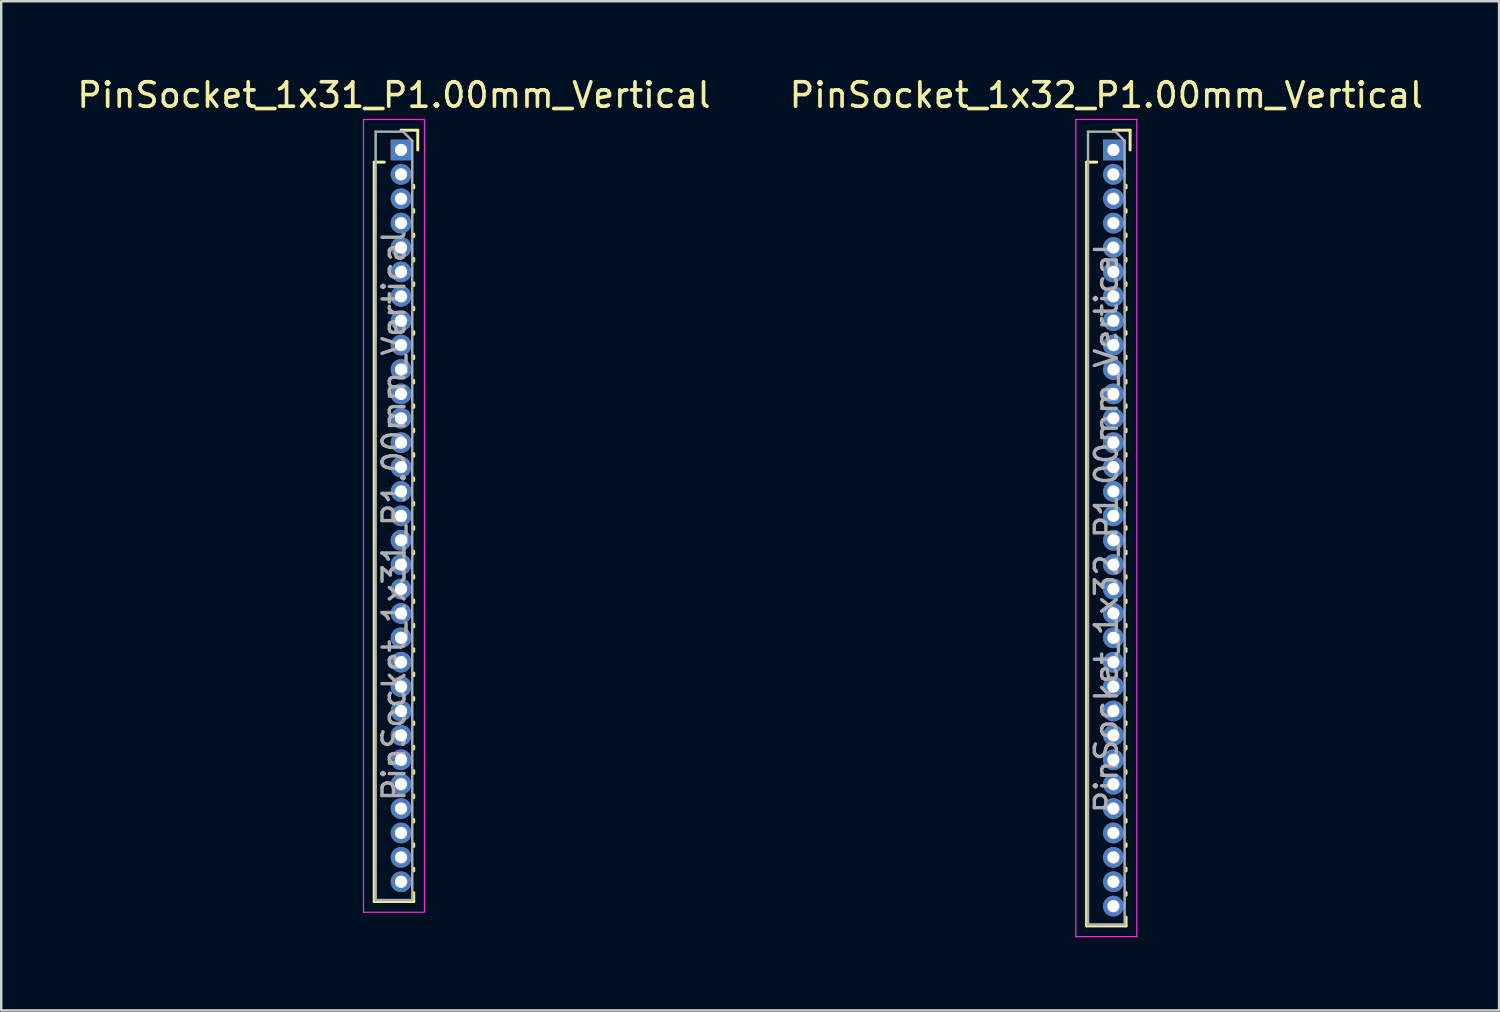
<source format=kicad_pcb>
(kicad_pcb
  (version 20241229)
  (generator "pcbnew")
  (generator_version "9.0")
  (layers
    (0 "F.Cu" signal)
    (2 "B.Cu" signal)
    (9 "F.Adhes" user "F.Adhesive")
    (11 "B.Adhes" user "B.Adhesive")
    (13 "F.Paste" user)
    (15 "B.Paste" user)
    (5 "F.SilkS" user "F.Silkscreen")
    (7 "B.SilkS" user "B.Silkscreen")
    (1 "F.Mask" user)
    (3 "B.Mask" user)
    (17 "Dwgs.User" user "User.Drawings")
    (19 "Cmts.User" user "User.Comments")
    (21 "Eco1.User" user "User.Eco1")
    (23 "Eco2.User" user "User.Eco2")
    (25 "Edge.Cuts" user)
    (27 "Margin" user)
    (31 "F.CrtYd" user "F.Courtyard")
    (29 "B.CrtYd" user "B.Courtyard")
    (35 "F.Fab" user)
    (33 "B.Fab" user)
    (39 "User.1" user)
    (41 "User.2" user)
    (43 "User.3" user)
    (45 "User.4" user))
  (footprint "PinSocket_1x32_P1.00mm_Vertical"
    (layer "F.Cu")
    (at 42.594 3.098)
    (property "Reference" "PinSocket_1x32_P1.00mm_Vertical" (at -0.29 -2.25 0) (layer "F.SilkS") (effects (font (size 1 1) (thickness 0.15))))
    (attr through_hole)
    (fp_line (start -1.1 0.5) (end -1.1 31.81) (stroke (width 0.12) (type solid)) (layer "F.SilkS"))
    (fp_line (start -1.1 0.5) (end -0.685 0.5) (stroke (width 0.12) (type solid)) (layer "F.SilkS"))
    (fp_line (start -1.1 31.81) (end 0.52 31.81) (stroke (width 0.12) (type solid)) (layer "F.SilkS"))
    (fp_line (start 0 -0.81) (end 0.685 -0.81) (stroke (width 0.12) (type solid)) (layer "F.SilkS"))
    (fp_line (start 0.52 1.446) (end 0.52 1.554) (stroke (width 0.12) (type solid)) (layer "F.SilkS"))
    (fp_line (start 0.52 2.446) (end 0.52 2.554) (stroke (width 0.12) (type solid)) (layer "F.SilkS"))
    (fp_line (start 0.52 3.446) (end 0.52 3.554) (stroke (width 0.12) (type solid)) (layer "F.SilkS"))
    (fp_line (start 0.52 4.446) (end 0.52 4.554) (stroke (width 0.12) (type solid)) (layer "F.SilkS"))
    (fp_line (start 0.52 5.446) (end 0.52 5.554) (stroke (width 0.12) (type solid)) (layer "F.SilkS"))
    (fp_line (start 0.52 6.446) (end 0.52 6.554) (stroke (width 0.12) (type solid)) (layer "F.SilkS"))
    (fp_line (start 0.52 7.446) (end 0.52 7.554) (stroke (width 0.12) (type solid)) (layer "F.SilkS"))
    (fp_line (start 0.52 8.446) (end 0.52 8.554) (stroke (width 0.12) (type solid)) (layer "F.SilkS"))
    (fp_line (start 0.52 9.446) (end 0.52 9.554) (stroke (width 0.12) (type solid)) (layer "F.SilkS"))
    (fp_line (start 0.52 10.446) (end 0.52 10.554) (stroke (width 0.12) (type solid)) (layer "F.SilkS"))
    (fp_line (start 0.52 11.446) (end 0.52 11.554) (stroke (width 0.12) (type solid)) (layer "F.SilkS"))
    (fp_line (start 0.52 12.446) (end 0.52 12.554) (stroke (width 0.12) (type solid)) (layer "F.SilkS"))
    (fp_line (start 0.52 13.446) (end 0.52 13.554) (stroke (width 0.12) (type solid)) (layer "F.SilkS"))
    (fp_line (start 0.52 14.446) (end 0.52 14.554) (stroke (width 0.12) (type solid)) (layer "F.SilkS"))
    (fp_line (start 0.52 15.446) (end 0.52 15.554) (stroke (width 0.12) (type solid)) (layer "F.SilkS"))
    (fp_line (start 0.52 16.446) (end 0.52 16.554) (stroke (width 0.12) (type solid)) (layer "F.SilkS"))
    (fp_line (start 0.52 17.446) (end 0.52 17.554) (stroke (width 0.12) (type solid)) (layer "F.SilkS"))
    (fp_line (start 0.52 18.446) (end 0.52 18.554) (stroke (width 0.12) (type solid)) (layer "F.SilkS"))
    (fp_line (start 0.52 19.446) (end 0.52 19.554) (stroke (width 0.12) (type solid)) (layer "F.SilkS"))
    (fp_line (start 0.52 20.446) (end 0.52 20.554) (stroke (width 0.12) (type solid)) (layer "F.SilkS"))
    (fp_line (start 0.52 21.446) (end 0.52 21.554) (stroke (width 0.12) (type solid)) (layer "F.SilkS"))
    (fp_line (start 0.52 22.446) (end 0.52 22.554) (stroke (width 0.12) (type solid)) (layer "F.SilkS"))
    (fp_line (start 0.52 23.446) (end 0.52 23.554) (stroke (width 0.12) (type solid)) (layer "F.SilkS"))
    (fp_line (start 0.52 24.446) (end 0.52 24.554) (stroke (width 0.12) (type solid)) (layer "F.SilkS"))
    (fp_line (start 0.52 25.446) (end 0.52 25.554) (stroke (width 0.12) (type solid)) (layer "F.SilkS"))
    (fp_line (start 0.52 26.446) (end 0.52 26.554) (stroke (width 0.12) (type solid)) (layer "F.SilkS"))
    (fp_line (start 0.52 27.446) (end 0.52 27.554) (stroke (width 0.12) (type solid)) (layer "F.SilkS"))
    (fp_line (start 0.52 28.446) (end 0.52 28.554) (stroke (width 0.12) (type solid)) (layer "F.SilkS"))
    (fp_line (start 0.52 29.446) (end 0.52 29.554) (stroke (width 0.12) (type solid)) (layer "F.SilkS"))
    (fp_line (start 0.52 30.446) (end 0.52 30.554) (stroke (width 0.12) (type solid)) (layer "F.SilkS"))
    (fp_line (start 0.52 31.446) (end 0.52 31.81) (stroke (width 0.12) (type solid)) (layer "F.SilkS"))
    (fp_line (start 0.685 -0.81) (end 0.685 0) (stroke (width 0.12) (type solid)) (layer "F.SilkS"))
    (fp_line (start -1.54 -1.25) (end 0.96 -1.25) (stroke (width 0.05) (type solid)) (layer "F.CrtYd"))
    (fp_line (start -1.54 32.25) (end -1.54 -1.25) (stroke (width 0.05) (type solid)) (layer "F.CrtYd"))
    (fp_line (start 0.96 -1.25) (end 0.96 32.25) (stroke (width 0.05) (type solid)) (layer "F.CrtYd"))
    (fp_line (start 0.96 32.25) (end -1.54 32.25) (stroke (width 0.05) (type solid)) (layer "F.CrtYd"))
    (fp_line (start -1.04 -0.75) (end 0.085 -0.75) (stroke (width 0.1) (type solid)) (layer "F.Fab"))
    (fp_line (start -1.04 31.75) (end -1.04 -0.75) (stroke (width 0.1) (type solid)) (layer "F.Fab"))
    (fp_line (start 0.085 -0.75) (end 0.46 -0.375) (stroke (width 0.1) (type solid)) (layer "F.Fab"))
    (fp_line (start 0.46 -0.375) (end 0.46 31.75) (stroke (width 0.1) (type solid)) (layer "F.Fab"))
    (fp_line (start 0.46 31.75) (end -1.04 31.75) (stroke (width 0.1) (type solid)) (layer "F.Fab"))
    (fp_text user "${REFERENCE}" (at -0.29 15.5 90) (layer "F.Fab") (effects (font (size 0.9 0.9) (thickness 0.14))))
    (pad "1" thru_hole rect (at 0 0) (size 0.85 0.85) (drill 0.5) (layers "*.Cu" "*.Mask"))
    (pad "2" thru_hole oval (at 0 1) (size 0.85 0.85) (drill 0.5) (layers "*.Cu" "*.Mask"))
    (pad "3" thru_hole oval (at 0 2) (size 0.85 0.85) (drill 0.5) (layers "*.Cu" "*.Mask"))
    (pad "4" thru_hole oval (at 0 3) (size 0.85 0.85) (drill 0.5) (layers "*.Cu" "*.Mask"))
    (pad "5" thru_hole oval (at 0 4) (size 0.85 0.85) (drill 0.5) (layers "*.Cu" "*.Mask"))
    (pad "6" thru_hole oval (at 0 5) (size 0.85 0.85) (drill 0.5) (layers "*.Cu" "*.Mask"))
    (pad "7" thru_hole oval (at 0 6) (size 0.85 0.85) (drill 0.5) (layers "*.Cu" "*.Mask"))
    (pad "8" thru_hole oval (at 0 7) (size 0.85 0.85) (drill 0.5) (layers "*.Cu" "*.Mask"))
    (pad "9" thru_hole oval (at 0 8) (size 0.85 0.85) (drill 0.5) (layers "*.Cu" "*.Mask"))
    (pad "10" thru_hole oval (at 0 9) (size 0.85 0.85) (drill 0.5) (layers "*.Cu" "*.Mask"))
    (pad "11" thru_hole oval (at 0 10) (size 0.85 0.85) (drill 0.5) (layers "*.Cu" "*.Mask"))
    (pad "12" thru_hole oval (at 0 11) (size 0.85 0.85) (drill 0.5) (layers "*.Cu" "*.Mask"))
    (pad "13" thru_hole oval (at 0 12) (size 0.85 0.85) (drill 0.5) (layers "*.Cu" "*.Mask"))
    (pad "14" thru_hole oval (at 0 13) (size 0.85 0.85) (drill 0.5) (layers "*.Cu" "*.Mask"))
    (pad "15" thru_hole oval (at 0 14) (size 0.85 0.85) (drill 0.5) (layers "*.Cu" "*.Mask"))
    (pad "16" thru_hole oval (at 0 15) (size 0.85 0.85) (drill 0.5) (layers "*.Cu" "*.Mask"))
    (pad "17" thru_hole oval (at 0 16) (size 0.85 0.85) (drill 0.5) (layers "*.Cu" "*.Mask"))
    (pad "18" thru_hole oval (at 0 17) (size 0.85 0.85) (drill 0.5) (layers "*.Cu" "*.Mask"))
    (pad "19" thru_hole oval (at 0 18) (size 0.85 0.85) (drill 0.5) (layers "*.Cu" "*.Mask"))
    (pad "20" thru_hole oval (at 0 19) (size 0.85 0.85) (drill 0.5) (layers "*.Cu" "*.Mask"))
    (pad "21" thru_hole oval (at 0 20) (size 0.85 0.85) (drill 0.5) (layers "*.Cu" "*.Mask"))
    (pad "22" thru_hole oval (at 0 21) (size 0.85 0.85) (drill 0.5) (layers "*.Cu" "*.Mask"))
    (pad "23" thru_hole oval (at 0 22) (size 0.85 0.85) (drill 0.5) (layers "*.Cu" "*.Mask"))
    (pad "24" thru_hole oval (at 0 23) (size 0.85 0.85) (drill 0.5) (layers "*.Cu" "*.Mask"))
    (pad "25" thru_hole oval (at 0 24) (size 0.85 0.85) (drill 0.5) (layers "*.Cu" "*.Mask"))
    (pad "26" thru_hole oval (at 0 25) (size 0.85 0.85) (drill 0.5) (layers "*.Cu" "*.Mask"))
    (pad "27" thru_hole oval (at 0 26) (size 0.85 0.85) (drill 0.5) (layers "*.Cu" "*.Mask"))
    (pad "28" thru_hole oval (at 0 27) (size 0.85 0.85) (drill 0.5) (layers "*.Cu" "*.Mask"))
    (pad "29" thru_hole oval (at 0 28) (size 0.85 0.85) (drill 0.5) (layers "*.Cu" "*.Mask"))
    (pad "30" thru_hole oval (at 0 29) (size 0.85 0.85) (drill 0.5) (layers "*.Cu" "*.Mask"))
    (pad "31" thru_hole oval (at 0 30) (size 0.85 0.85) (drill 0.5) (layers "*.Cu" "*.Mask"))
    (pad "32" thru_hole oval (at 0 31) (size 0.85 0.85) (drill 0.5) (layers "*.Cu" "*.Mask")))
  (footprint "PinSocket_1x31_P1.00mm_Vertical"
    (layer "F.Cu")
    (at 13.391 3.098)
    (property "Reference" "PinSocket_1x31_P1.00mm_Vertical" (at -0.29 -2.25 0) (layer "F.SilkS") (effects (font (size 1 1) (thickness 0.15))))
    (attr through_hole)
    (fp_line (start -1.1 0.5) (end -1.1 30.81) (stroke (width 0.12) (type solid)) (layer "F.SilkS"))
    (fp_line (start -1.1 0.5) (end -0.685 0.5) (stroke (width 0.12) (type solid)) (layer "F.SilkS"))
    (fp_line (start -1.1 30.81) (end 0.52 30.81) (stroke (width 0.12) (type solid)) (layer "F.SilkS"))
    (fp_line (start 0 -0.81) (end 0.685 -0.81) (stroke (width 0.12) (type solid)) (layer "F.SilkS"))
    (fp_line (start 0.52 1.446) (end 0.52 1.554) (stroke (width 0.12) (type solid)) (layer "F.SilkS"))
    (fp_line (start 0.52 2.446) (end 0.52 2.554) (stroke (width 0.12) (type solid)) (layer "F.SilkS"))
    (fp_line (start 0.52 3.446) (end 0.52 3.554) (stroke (width 0.12) (type solid)) (layer "F.SilkS"))
    (fp_line (start 0.52 4.446) (end 0.52 4.554) (stroke (width 0.12) (type solid)) (layer "F.SilkS"))
    (fp_line (start 0.52 5.446) (end 0.52 5.554) (stroke (width 0.12) (type solid)) (layer "F.SilkS"))
    (fp_line (start 0.52 6.446) (end 0.52 6.554) (stroke (width 0.12) (type solid)) (layer "F.SilkS"))
    (fp_line (start 0.52 7.446) (end 0.52 7.554) (stroke (width 0.12) (type solid)) (layer "F.SilkS"))
    (fp_line (start 0.52 8.446) (end 0.52 8.554) (stroke (width 0.12) (type solid)) (layer "F.SilkS"))
    (fp_line (start 0.52 9.446) (end 0.52 9.554) (stroke (width 0.12) (type solid)) (layer "F.SilkS"))
    (fp_line (start 0.52 10.446) (end 0.52 10.554) (stroke (width 0.12) (type solid)) (layer "F.SilkS"))
    (fp_line (start 0.52 11.446) (end 0.52 11.554) (stroke (width 0.12) (type solid)) (layer "F.SilkS"))
    (fp_line (start 0.52 12.446) (end 0.52 12.554) (stroke (width 0.12) (type solid)) (layer "F.SilkS"))
    (fp_line (start 0.52 13.446) (end 0.52 13.554) (stroke (width 0.12) (type solid)) (layer "F.SilkS"))
    (fp_line (start 0.52 14.446) (end 0.52 14.554) (stroke (width 0.12) (type solid)) (layer "F.SilkS"))
    (fp_line (start 0.52 15.446) (end 0.52 15.554) (stroke (width 0.12) (type solid)) (layer "F.SilkS"))
    (fp_line (start 0.52 16.446) (end 0.52 16.554) (stroke (width 0.12) (type solid)) (layer "F.SilkS"))
    (fp_line (start 0.52 17.446) (end 0.52 17.554) (stroke (width 0.12) (type solid)) (layer "F.SilkS"))
    (fp_line (start 0.52 18.446) (end 0.52 18.554) (stroke (width 0.12) (type solid)) (layer "F.SilkS"))
    (fp_line (start 0.52 19.446) (end 0.52 19.554) (stroke (width 0.12) (type solid)) (layer "F.SilkS"))
    (fp_line (start 0.52 20.446) (end 0.52 20.554) (stroke (width 0.12) (type solid)) (layer "F.SilkS"))
    (fp_line (start 0.52 21.446) (end 0.52 21.554) (stroke (width 0.12) (type solid)) (layer "F.SilkS"))
    (fp_line (start 0.52 22.446) (end 0.52 22.554) (stroke (width 0.12) (type solid)) (layer "F.SilkS"))
    (fp_line (start 0.52 23.446) (end 0.52 23.554) (stroke (width 0.12) (type solid)) (layer "F.SilkS"))
    (fp_line (start 0.52 24.446) (end 0.52 24.554) (stroke (width 0.12) (type solid)) (layer "F.SilkS"))
    (fp_line (start 0.52 25.446) (end 0.52 25.554) (stroke (width 0.12) (type solid)) (layer "F.SilkS"))
    (fp_line (start 0.52 26.446) (end 0.52 26.554) (stroke (width 0.12) (type solid)) (layer "F.SilkS"))
    (fp_line (start 0.52 27.446) (end 0.52 27.554) (stroke (width 0.12) (type solid)) (layer "F.SilkS"))
    (fp_line (start 0.52 28.446) (end 0.52 28.554) (stroke (width 0.12) (type solid)) (layer "F.SilkS"))
    (fp_line (start 0.52 29.446) (end 0.52 29.554) (stroke (width 0.12) (type solid)) (layer "F.SilkS"))
    (fp_line (start 0.52 30.446) (end 0.52 30.81) (stroke (width 0.12) (type solid)) (layer "F.SilkS"))
    (fp_line (start 0.685 -0.81) (end 0.685 0) (stroke (width 0.12) (type solid)) (layer "F.SilkS"))
    (fp_line (start -1.54 -1.25) (end 0.96 -1.25) (stroke (width 0.05) (type solid)) (layer "F.CrtYd"))
    (fp_line (start -1.54 31.25) (end -1.54 -1.25) (stroke (width 0.05) (type solid)) (layer "F.CrtYd"))
    (fp_line (start 0.96 -1.25) (end 0.96 31.25) (stroke (width 0.05) (type solid)) (layer "F.CrtYd"))
    (fp_line (start 0.96 31.25) (end -1.54 31.25) (stroke (width 0.05) (type solid)) (layer "F.CrtYd"))
    (fp_line (start -1.04 -0.75) (end 0.085 -0.75) (stroke (width 0.1) (type solid)) (layer "F.Fab"))
    (fp_line (start -1.04 30.75) (end -1.04 -0.75) (stroke (width 0.1) (type solid)) (layer "F.Fab"))
    (fp_line (start 0.085 -0.75) (end 0.46 -0.375) (stroke (width 0.1) (type solid)) (layer "F.Fab"))
    (fp_line (start 0.46 -0.375) (end 0.46 30.75) (stroke (width 0.1) (type solid)) (layer "F.Fab"))
    (fp_line (start 0.46 30.75) (end -1.04 30.75) (stroke (width 0.1) (type solid)) (layer "F.Fab"))
    (fp_text user "${REFERENCE}" (at -0.29 15 90) (layer "F.Fab") (effects (font (size 0.9 0.9) (thickness 0.14))))
    (pad "1" thru_hole rect (at 0 0) (size 0.85 0.85) (drill 0.5) (layers "*.Cu" "*.Mask"))
    (pad "2" thru_hole oval (at 0 1) (size 0.85 0.85) (drill 0.5) (layers "*.Cu" "*.Mask"))
    (pad "3" thru_hole oval (at 0 2) (size 0.85 0.85) (drill 0.5) (layers "*.Cu" "*.Mask"))
    (pad "4" thru_hole oval (at 0 3) (size 0.85 0.85) (drill 0.5) (layers "*.Cu" "*.Mask"))
    (pad "5" thru_hole oval (at 0 4) (size 0.85 0.85) (drill 0.5) (layers "*.Cu" "*.Mask"))
    (pad "6" thru_hole oval (at 0 5) (size 0.85 0.85) (drill 0.5) (layers "*.Cu" "*.Mask"))
    (pad "7" thru_hole oval (at 0 6) (size 0.85 0.85) (drill 0.5) (layers "*.Cu" "*.Mask"))
    (pad "8" thru_hole oval (at 0 7) (size 0.85 0.85) (drill 0.5) (layers "*.Cu" "*.Mask"))
    (pad "9" thru_hole oval (at 0 8) (size 0.85 0.85) (drill 0.5) (layers "*.Cu" "*.Mask"))
    (pad "10" thru_hole oval (at 0 9) (size 0.85 0.85) (drill 0.5) (layers "*.Cu" "*.Mask"))
    (pad "11" thru_hole oval (at 0 10) (size 0.85 0.85) (drill 0.5) (layers "*.Cu" "*.Mask"))
    (pad "12" thru_hole oval (at 0 11) (size 0.85 0.85) (drill 0.5) (layers "*.Cu" "*.Mask"))
    (pad "13" thru_hole oval (at 0 12) (size 0.85 0.85) (drill 0.5) (layers "*.Cu" "*.Mask"))
    (pad "14" thru_hole oval (at 0 13) (size 0.85 0.85) (drill 0.5) (layers "*.Cu" "*.Mask"))
    (pad "15" thru_hole oval (at 0 14) (size 0.85 0.85) (drill 0.5) (layers "*.Cu" "*.Mask"))
    (pad "16" thru_hole oval (at 0 15) (size 0.85 0.85) (drill 0.5) (layers "*.Cu" "*.Mask"))
    (pad "17" thru_hole oval (at 0 16) (size 0.85 0.85) (drill 0.5) (layers "*.Cu" "*.Mask"))
    (pad "18" thru_hole oval (at 0 17) (size 0.85 0.85) (drill 0.5) (layers "*.Cu" "*.Mask"))
    (pad "19" thru_hole oval (at 0 18) (size 0.85 0.85) (drill 0.5) (layers "*.Cu" "*.Mask"))
    (pad "20" thru_hole oval (at 0 19) (size 0.85 0.85) (drill 0.5) (layers "*.Cu" "*.Mask"))
    (pad "21" thru_hole oval (at 0 20) (size 0.85 0.85) (drill 0.5) (layers "*.Cu" "*.Mask"))
    (pad "22" thru_hole oval (at 0 21) (size 0.85 0.85) (drill 0.5) (layers "*.Cu" "*.Mask"))
    (pad "23" thru_hole oval (at 0 22) (size 0.85 0.85) (drill 0.5) (layers "*.Cu" "*.Mask"))
    (pad "24" thru_hole oval (at 0 23) (size 0.85 0.85) (drill 0.5) (layers "*.Cu" "*.Mask"))
    (pad "25" thru_hole oval (at 0 24) (size 0.85 0.85) (drill 0.5) (layers "*.Cu" "*.Mask"))
    (pad "26" thru_hole oval (at 0 25) (size 0.85 0.85) (drill 0.5) (layers "*.Cu" "*.Mask"))
    (pad "27" thru_hole oval (at 0 26) (size 0.85 0.85) (drill 0.5) (layers "*.Cu" "*.Mask"))
    (pad "28" thru_hole oval (at 0 27) (size 0.85 0.85) (drill 0.5) (layers "*.Cu" "*.Mask"))
    (pad "29" thru_hole oval (at 0 28) (size 0.85 0.85) (drill 0.5) (layers "*.Cu" "*.Mask"))
    (pad "30" thru_hole oval (at 0 29) (size 0.85 0.85) (drill 0.5) (layers "*.Cu" "*.Mask"))
    (pad "31" thru_hole oval (at 0 30) (size 0.85 0.85) (drill 0.5) (layers "*.Cu" "*.Mask")))
  (gr_rect
    (start -3 -3)
    (end 58.405 38.373)
    (stroke (width 0.1) (type default))
    (fill no)
    (layer "Edge.Cuts")))
</source>
